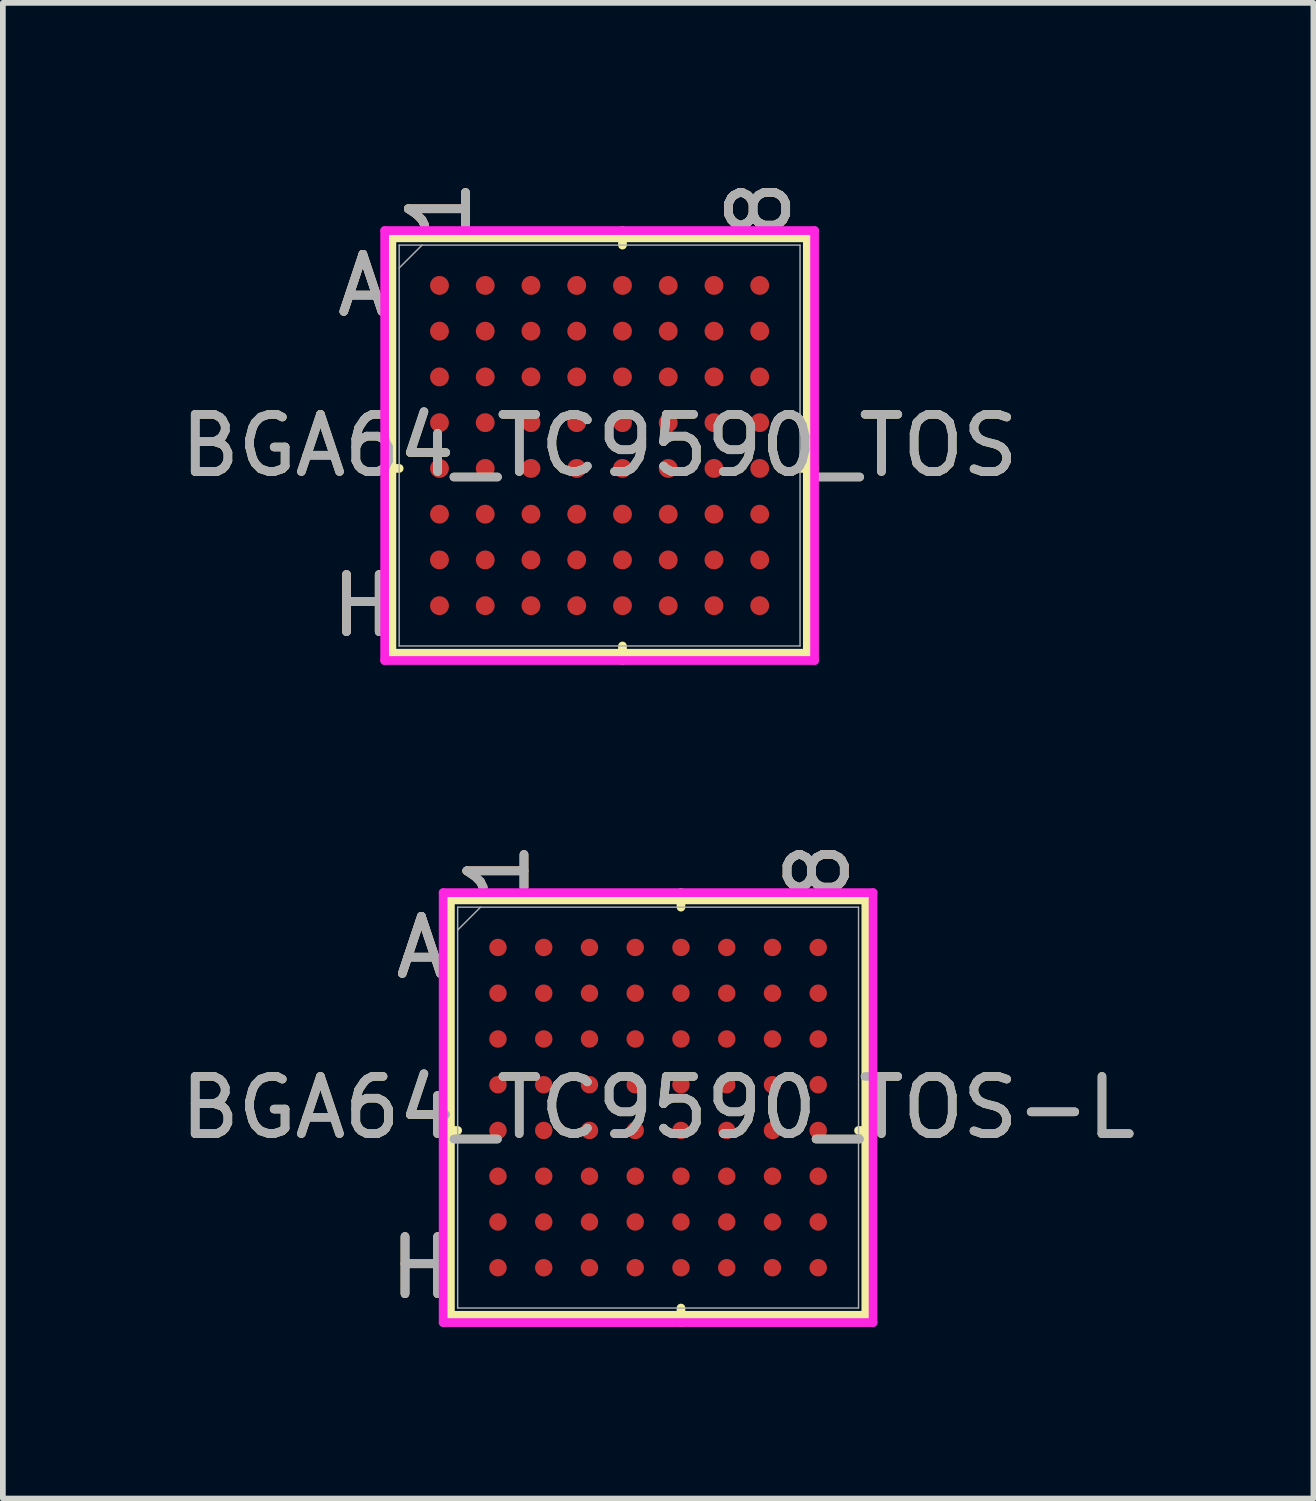
<source format=kicad_pcb>
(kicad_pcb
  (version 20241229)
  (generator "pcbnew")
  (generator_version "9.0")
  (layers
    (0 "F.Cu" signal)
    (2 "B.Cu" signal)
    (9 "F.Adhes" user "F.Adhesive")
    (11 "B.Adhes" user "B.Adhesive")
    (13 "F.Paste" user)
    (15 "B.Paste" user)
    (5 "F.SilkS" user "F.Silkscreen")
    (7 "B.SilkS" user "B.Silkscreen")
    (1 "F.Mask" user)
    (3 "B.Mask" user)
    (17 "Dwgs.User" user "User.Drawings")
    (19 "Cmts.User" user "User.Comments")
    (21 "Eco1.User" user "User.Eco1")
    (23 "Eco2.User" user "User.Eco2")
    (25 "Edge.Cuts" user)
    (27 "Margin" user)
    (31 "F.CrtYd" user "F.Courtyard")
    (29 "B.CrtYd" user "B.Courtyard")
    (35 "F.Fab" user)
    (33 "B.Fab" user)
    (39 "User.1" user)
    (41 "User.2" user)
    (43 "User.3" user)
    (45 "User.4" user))
  (footprint "BGA64_TC9590_TOS-L"
    (layer "F.Cu")
    (at 8.458 16.318)
    (property "Reference" "BGA64_TC9590_TOS-L" (at 0 0 0) (unlocked yes) (layer "F.SilkS") (effects (font (size 1 1) (thickness 0.15))))
    (attr smd)
    (fp_line (start -3.632 -3.632) (end -3.632 3.632) (stroke (width 0.152) (type solid)) (layer "F.SilkS"))
    (fp_line (start -3.632 3.632) (end 3.632 3.632) (stroke (width 0.152) (type solid)) (layer "F.SilkS"))
    (fp_line (start -3.505 0.4) (end -3.759 0.4) (stroke (width 0.152) (type solid)) (layer "F.SilkS"))
    (fp_line (start 0.4 -3.505) (end 0.4 -3.759) (stroke (width 0.152) (type solid)) (layer "F.SilkS"))
    (fp_line (start 0.4 3.505) (end 0.4 3.759) (stroke (width 0.152) (type solid)) (layer "F.SilkS"))
    (fp_line (start 3.505 0.4) (end 3.759 0.4) (stroke (width 0.152) (type solid)) (layer "F.SilkS"))
    (fp_line (start 3.632 -3.632) (end -3.632 -3.632) (stroke (width 0.152) (type solid)) (layer "F.SilkS"))
    (fp_line (start 3.632 3.632) (end 3.632 -3.632) (stroke (width 0.152) (type solid)) (layer "F.SilkS"))
    (fp_poly (pts (xy -3.645 -3.645) (xy 3.645 -3.645) (xy 3.645 3.645) (xy -3.645 3.645)) (stroke (width 0.1) (type solid)) (fill no) (layer "Eco2.User"))
    (fp_line (start -3.759 -3.759) (end 3.759 -3.759) (stroke (width 0.152) (type solid)) (layer "F.CrtYd"))
    (fp_line (start -3.759 3.759) (end -3.759 -3.759) (stroke (width 0.152) (type solid)) (layer "F.CrtYd"))
    (fp_line (start 3.759 -3.759) (end 3.759 3.759) (stroke (width 0.152) (type solid)) (layer "F.CrtYd"))
    (fp_line (start 3.759 3.759) (end -3.759 3.759) (stroke (width 0.152) (type solid)) (layer "F.CrtYd"))
    (fp_line (start -3.505 -3.505) (end -3.505 3.505) (stroke (width 0.025) (type solid)) (layer "F.Fab"))
    (fp_line (start -3.505 3.505) (end 3.505 3.505) (stroke (width 0.025) (type solid)) (layer "F.Fab"))
    (fp_line (start -3.105 -3.505) (end -3.505 -3.105) (stroke (width 0.025) (type solid)) (layer "F.Fab"))
    (fp_line (start 3.505 -3.505) (end -3.505 -3.505) (stroke (width 0.025) (type solid)) (layer "F.Fab"))
    (fp_line (start 3.505 3.505) (end 3.505 -3.505) (stroke (width 0.025) (type solid)) (layer "F.Fab"))
    (fp_text user "H" (at -4.14 2.8 0) (unlocked yes) (layer "F.SilkS") (effects (font (size 1 1) (thickness 0.15))))
    (fp_text user "1" (at -2.8 -4.14 90) (unlocked yes) (layer "F.SilkS") (effects (font (size 1 1) (thickness 0.15))))
    (fp_text user "8" (at 2.8 -4.14 90) (unlocked yes) (layer "F.SilkS") (effects (font (size 1 1) (thickness 0.15))))
    (fp_text user "A" (at -4.14 -2.8 0) (unlocked yes) (layer "F.SilkS") (effects (font (size 1 1) (thickness 0.15))))
    (fp_text user "H" (at -4.14 2.8 0) (unlocked yes) (layer "B.SilkS") (effects (font (size 1 1) (thickness 0.15))))
    (fp_text user "8" (at 2.8 -4.14 90) (unlocked yes) (layer "B.SilkS") (effects (font (size 1 1) (thickness 0.15))))
    (fp_text user "1" (at -2.8 -4.14 90) (unlocked yes) (layer "B.SilkS") (effects (font (size 1 1) (thickness 0.15))))
    (fp_text user "A" (at -4.14 -2.8 0) (unlocked yes) (layer "B.SilkS") (effects (font (size 1 1) (thickness 0.15))))
    (fp_text user "H" (at -4.14 2.8 0) (unlocked yes) (layer "F.Fab") (effects (font (size 1 1) (thickness 0.15))))
    (fp_text user "1" (at -2.8 -4.14 90) (unlocked yes) (layer "F.Fab") (effects (font (size 1 1) (thickness 0.15))))
    (fp_text user "${REFERENCE}" (at 0 0 0) (unlocked yes) (layer "F.Fab") (effects (font (size 1 1) (thickness 0.15))))
    (fp_text user "A" (at -4.14 -2.8 0) (unlocked yes) (layer "F.Fab") (effects (font (size 1 1) (thickness 0.15))))
    (fp_text user "8" (at 2.8 -4.14 90) (unlocked yes) (layer "F.Fab") (effects (font (size 1 1) (thickness 0.15))))
    (pad "A1" smd circle (at -2.8 -2.8) (size 0.305 0.305) (layers "F.Cu" "F.Mask" "F.Paste"))
    (pad "A2" smd circle (at -2 -2.8) (size 0.305 0.305) (layers "F.Cu" "F.Mask" "F.Paste"))
    (pad "A3" smd circle (at -1.2 -2.8) (size 0.305 0.305) (layers "F.Cu" "F.Mask" "F.Paste"))
    (pad "A4" smd circle (at -0.4 -2.8) (size 0.305 0.305) (layers "F.Cu" "F.Mask" "F.Paste"))
    (pad "A5" smd circle (at 0.4 -2.8) (size 0.305 0.305) (layers "F.Cu" "F.Mask" "F.Paste"))
    (pad "A6" smd circle (at 1.2 -2.8) (size 0.305 0.305) (layers "F.Cu" "F.Mask" "F.Paste"))
    (pad "A7" smd circle (at 2 -2.8) (size 0.305 0.305) (layers "F.Cu" "F.Mask" "F.Paste"))
    (pad "A8" smd circle (at 2.8 -2.8) (size 0.305 0.305) (layers "F.Cu" "F.Mask" "F.Paste"))
    (pad "B1" smd circle (at -2.8 -2) (size 0.305 0.305) (layers "F.Cu" "F.Mask" "F.Paste"))
    (pad "B2" smd circle (at -2 -2) (size 0.305 0.305) (layers "F.Cu" "F.Mask" "F.Paste"))
    (pad "B3" smd circle (at -1.2 -2) (size 0.305 0.305) (layers "F.Cu" "F.Mask" "F.Paste"))
    (pad "B4" smd circle (at -0.4 -2) (size 0.305 0.305) (layers "F.Cu" "F.Mask" "F.Paste"))
    (pad "B5" smd circle (at 0.4 -2) (size 0.305 0.305) (layers "F.Cu" "F.Mask" "F.Paste"))
    (pad "B6" smd circle (at 1.2 -2) (size 0.305 0.305) (layers "F.Cu" "F.Mask" "F.Paste"))
    (pad "B7" smd circle (at 2 -2) (size 0.305 0.305) (layers "F.Cu" "F.Mask" "F.Paste"))
    (pad "B8" smd circle (at 2.8 -2) (size 0.305 0.305) (layers "F.Cu" "F.Mask" "F.Paste"))
    (pad "C1" smd circle (at -2.8 -1.2) (size 0.305 0.305) (layers "F.Cu" "F.Mask" "F.Paste"))
    (pad "C2" smd circle (at -2 -1.2) (size 0.305 0.305) (layers "F.Cu" "F.Mask" "F.Paste"))
    (pad "C3" smd circle (at -1.2 -1.2) (size 0.305 0.305) (layers "F.Cu" "F.Mask" "F.Paste"))
    (pad "C4" smd circle (at -0.4 -1.2) (size 0.305 0.305) (layers "F.Cu" "F.Mask" "F.Paste"))
    (pad "C5" smd circle (at 0.4 -1.2) (size 0.305 0.305) (layers "F.Cu" "F.Mask" "F.Paste"))
    (pad "C6" smd circle (at 1.2 -1.2) (size 0.305 0.305) (layers "F.Cu" "F.Mask" "F.Paste"))
    (pad "C7" smd circle (at 2 -1.2) (size 0.305 0.305) (layers "F.Cu" "F.Mask" "F.Paste"))
    (pad "C8" smd circle (at 2.8 -1.2) (size 0.305 0.305) (layers "F.Cu" "F.Mask" "F.Paste"))
    (pad "D1" smd circle (at -2.8 -0.4) (size 0.305 0.305) (layers "F.Cu" "F.Mask" "F.Paste"))
    (pad "D2" smd circle (at -2 -0.4) (size 0.305 0.305) (layers "F.Cu" "F.Mask" "F.Paste"))
    (pad "D3" smd circle (at -1.2 -0.4) (size 0.305 0.305) (layers "F.Cu" "F.Mask" "F.Paste"))
    (pad "D4" smd circle (at -0.4 -0.4) (size 0.305 0.305) (layers "F.Cu" "F.Mask" "F.Paste"))
    (pad "D5" smd circle (at 0.4 -0.4) (size 0.305 0.305) (layers "F.Cu" "F.Mask" "F.Paste"))
    (pad "D6" smd circle (at 1.2 -0.4) (size 0.305 0.305) (layers "F.Cu" "F.Mask" "F.Paste"))
    (pad "D7" smd circle (at 2 -0.4) (size 0.305 0.305) (layers "F.Cu" "F.Mask" "F.Paste"))
    (pad "D8" smd circle (at 2.8 -0.4) (size 0.305 0.305) (layers "F.Cu" "F.Mask" "F.Paste"))
    (pad "E1" smd circle (at -2.8 0.4) (size 0.305 0.305) (layers "F.Cu" "F.Mask" "F.Paste"))
    (pad "E2" smd circle (at -2 0.4) (size 0.305 0.305) (layers "F.Cu" "F.Mask" "F.Paste"))
    (pad "E3" smd circle (at -1.2 0.4) (size 0.305 0.305) (layers "F.Cu" "F.Mask" "F.Paste"))
    (pad "E4" smd circle (at -0.4 0.4) (size 0.305 0.305) (layers "F.Cu" "F.Mask" "F.Paste"))
    (pad "E5" smd circle (at 0.4 0.4) (size 0.305 0.305) (layers "F.Cu" "F.Mask" "F.Paste"))
    (pad "E6" smd circle (at 1.2 0.4) (size 0.305 0.305) (layers "F.Cu" "F.Mask" "F.Paste"))
    (pad "E7" smd circle (at 2 0.4) (size 0.305 0.305) (layers "F.Cu" "F.Mask" "F.Paste"))
    (pad "E8" smd circle (at 2.8 0.4) (size 0.305 0.305) (layers "F.Cu" "F.Mask" "F.Paste"))
    (pad "F1" smd circle (at -2.8 1.2) (size 0.305 0.305) (layers "F.Cu" "F.Mask" "F.Paste"))
    (pad "F2" smd circle (at -2 1.2) (size 0.305 0.305) (layers "F.Cu" "F.Mask" "F.Paste"))
    (pad "F3" smd circle (at -1.2 1.2) (size 0.305 0.305) (layers "F.Cu" "F.Mask" "F.Paste"))
    (pad "F4" smd circle (at -0.4 1.2) (size 0.305 0.305) (layers "F.Cu" "F.Mask" "F.Paste"))
    (pad "F5" smd circle (at 0.4 1.2) (size 0.305 0.305) (layers "F.Cu" "F.Mask" "F.Paste"))
    (pad "F6" smd circle (at 1.2 1.2) (size 0.305 0.305) (layers "F.Cu" "F.Mask" "F.Paste"))
    (pad "F7" smd circle (at 2 1.2) (size 0.305 0.305) (layers "F.Cu" "F.Mask" "F.Paste"))
    (pad "F8" smd circle (at 2.8 1.2) (size 0.305 0.305) (layers "F.Cu" "F.Mask" "F.Paste"))
    (pad "G1" smd circle (at -2.8 2) (size 0.305 0.305) (layers "F.Cu" "F.Mask" "F.Paste"))
    (pad "G2" smd circle (at -2 2) (size 0.305 0.305) (layers "F.Cu" "F.Mask" "F.Paste"))
    (pad "G3" smd circle (at -1.2 2) (size 0.305 0.305) (layers "F.Cu" "F.Mask" "F.Paste"))
    (pad "G4" smd circle (at -0.4 2) (size 0.305 0.305) (layers "F.Cu" "F.Mask" "F.Paste"))
    (pad "G5" smd circle (at 0.4 2) (size 0.305 0.305) (layers "F.Cu" "F.Mask" "F.Paste"))
    (pad "G6" smd circle (at 1.2 2) (size 0.305 0.305) (layers "F.Cu" "F.Mask" "F.Paste"))
    (pad "G7" smd circle (at 2 2) (size 0.305 0.305) (layers "F.Cu" "F.Mask" "F.Paste"))
    (pad "G8" smd circle (at 2.8 2) (size 0.305 0.305) (layers "F.Cu" "F.Mask" "F.Paste"))
    (pad "H1" smd circle (at -2.8 2.8) (size 0.305 0.305) (layers "F.Cu" "F.Mask" "F.Paste"))
    (pad "H2" smd circle (at -2 2.8) (size 0.305 0.305) (layers "F.Cu" "F.Mask" "F.Paste"))
    (pad "H3" smd circle (at -1.2 2.8) (size 0.305 0.305) (layers "F.Cu" "F.Mask" "F.Paste"))
    (pad "H4" smd circle (at -0.4 2.8) (size 0.305 0.305) (layers "F.Cu" "F.Mask" "F.Paste"))
    (pad "H5" smd circle (at 0.4 2.8) (size 0.305 0.305) (layers "F.Cu" "F.Mask" "F.Paste"))
    (pad "H6" smd circle (at 1.2 2.8) (size 0.305 0.305) (layers "F.Cu" "F.Mask" "F.Paste"))
    (pad "H7" smd circle (at 2 2.8) (size 0.305 0.305) (layers "F.Cu" "F.Mask" "F.Paste"))
    (pad "H8" smd circle (at 2.8 2.8) (size 0.305 0.305) (layers "F.Cu" "F.Mask" "F.Paste")))
  (footprint "BGA64_TC9590_TOS"
    (layer "F.Cu")
    (at 7.435 4.741)
    (property "Reference" "BGA64_TC9590_TOS" (at 0 0 0) (unlocked yes) (layer "F.SilkS") (effects (font (size 1 1) (thickness 0.15))))
    (attr smd)
    (fp_line (start -3.632 -3.632) (end -3.632 3.632) (stroke (width 0.152) (type solid)) (layer "F.SilkS"))
    (fp_line (start -3.632 3.632) (end 3.632 3.632) (stroke (width 0.152) (type solid)) (layer "F.SilkS"))
    (fp_line (start -3.505 0.4) (end -3.759 0.4) (stroke (width 0.152) (type solid)) (layer "F.SilkS"))
    (fp_line (start 0.4 -3.505) (end 0.4 -3.759) (stroke (width 0.152) (type solid)) (layer "F.SilkS"))
    (fp_line (start 0.4 3.505) (end 0.4 3.759) (stroke (width 0.152) (type solid)) (layer "F.SilkS"))
    (fp_line (start 3.505 0.4) (end 3.759 0.4) (stroke (width 0.152) (type solid)) (layer "F.SilkS"))
    (fp_line (start 3.632 -3.632) (end -3.632 -3.632) (stroke (width 0.152) (type solid)) (layer "F.SilkS"))
    (fp_line (start 3.632 3.632) (end 3.632 -3.632) (stroke (width 0.152) (type solid)) (layer "F.SilkS"))
    (fp_poly (pts (xy -3.645 -3.645) (xy 3.645 -3.645) (xy 3.645 3.645) (xy -3.645 3.645)) (stroke (width 0.1) (type solid)) (fill no) (layer "Eco2.User"))
    (fp_line (start -3.759 -3.759) (end 3.759 -3.759) (stroke (width 0.152) (type solid)) (layer "F.CrtYd"))
    (fp_line (start -3.759 3.759) (end -3.759 -3.759) (stroke (width 0.152) (type solid)) (layer "F.CrtYd"))
    (fp_line (start 3.759 -3.759) (end 3.759 3.759) (stroke (width 0.152) (type solid)) (layer "F.CrtYd"))
    (fp_line (start 3.759 3.759) (end -3.759 3.759) (stroke (width 0.152) (type solid)) (layer "F.CrtYd"))
    (fp_line (start -3.505 -3.505) (end -3.505 3.505) (stroke (width 0.025) (type solid)) (layer "F.Fab"))
    (fp_line (start -3.505 3.505) (end 3.505 3.505) (stroke (width 0.025) (type solid)) (layer "F.Fab"))
    (fp_line (start -3.105 -3.505) (end -3.505 -3.105) (stroke (width 0.025) (type solid)) (layer "F.Fab"))
    (fp_line (start 3.505 -3.505) (end -3.505 -3.505) (stroke (width 0.025) (type solid)) (layer "F.Fab"))
    (fp_line (start 3.505 3.505) (end 3.505 -3.505) (stroke (width 0.025) (type solid)) (layer "F.Fab"))
    (fp_text user "A" (at -4.14 -2.8 0) (unlocked yes) (layer "F.SilkS") (effects (font (size 1 1) (thickness 0.15))))
    (fp_text user "1" (at -2.8 -4.14 90) (unlocked yes) (layer "F.SilkS") (effects (font (size 1 1) (thickness 0.15))))
    (fp_text user "8" (at 2.8 -4.14 90) (unlocked yes) (layer "F.SilkS") (effects (font (size 1 1) (thickness 0.15))))
    (fp_text user "H" (at -4.14 2.8 0) (unlocked yes) (layer "F.SilkS") (effects (font (size 1 1) (thickness 0.15))))
    (fp_text user "A" (at -4.14 -2.8 0) (unlocked yes) (layer "B.SilkS") (effects (font (size 1 1) (thickness 0.15))))
    (fp_text user "H" (at -4.14 2.8 0) (unlocked yes) (layer "B.SilkS") (effects (font (size 1 1) (thickness 0.15))))
    (fp_text user "1" (at -2.8 -4.14 90) (unlocked yes) (layer "B.SilkS") (effects (font (size 1 1) (thickness 0.15))))
    (fp_text user "8" (at 2.8 -4.14 90) (unlocked yes) (layer "B.SilkS") (effects (font (size 1 1) (thickness 0.15))))
    (fp_text user "${REFERENCE}" (at 0 0 0) (unlocked yes) (layer "F.Fab") (effects (font (size 1 1) (thickness 0.15))))
    (fp_text user "8" (at 2.8 -4.14 90) (unlocked yes) (layer "F.Fab") (effects (font (size 1 1) (thickness 0.15))))
    (fp_text user "A" (at -4.14 -2.8 0) (unlocked yes) (layer "F.Fab") (effects (font (size 1 1) (thickness 0.15))))
    (fp_text user "H" (at -4.14 2.8 0) (unlocked yes) (layer "F.Fab") (effects (font (size 1 1) (thickness 0.15))))
    (fp_text user "1" (at -2.8 -4.14 90) (unlocked yes) (layer "F.Fab") (effects (font (size 1 1) (thickness 0.15))))
    (pad "A1" smd circle (at -2.8 -2.8) (size 0.33 0.33) (layers "F.Cu" "F.Mask" "F.Paste"))
    (pad "A2" smd circle (at -2 -2.8) (size 0.33 0.33) (layers "F.Cu" "F.Mask" "F.Paste"))
    (pad "A3" smd circle (at -1.2 -2.8) (size 0.33 0.33) (layers "F.Cu" "F.Mask" "F.Paste"))
    (pad "A4" smd circle (at -0.4 -2.8) (size 0.33 0.33) (layers "F.Cu" "F.Mask" "F.Paste"))
    (pad "A5" smd circle (at 0.4 -2.8) (size 0.33 0.33) (layers "F.Cu" "F.Mask" "F.Paste"))
    (pad "A6" smd circle (at 1.2 -2.8) (size 0.33 0.33) (layers "F.Cu" "F.Mask" "F.Paste"))
    (pad "A7" smd circle (at 2 -2.8) (size 0.33 0.33) (layers "F.Cu" "F.Mask" "F.Paste"))
    (pad "A8" smd circle (at 2.8 -2.8) (size 0.33 0.33) (layers "F.Cu" "F.Mask" "F.Paste"))
    (pad "B1" smd circle (at -2.8 -2) (size 0.33 0.33) (layers "F.Cu" "F.Mask" "F.Paste"))
    (pad "B2" smd circle (at -2 -2) (size 0.33 0.33) (layers "F.Cu" "F.Mask" "F.Paste"))
    (pad "B3" smd circle (at -1.2 -2) (size 0.33 0.33) (layers "F.Cu" "F.Mask" "F.Paste"))
    (pad "B4" smd circle (at -0.4 -2) (size 0.33 0.33) (layers "F.Cu" "F.Mask" "F.Paste"))
    (pad "B5" smd circle (at 0.4 -2) (size 0.33 0.33) (layers "F.Cu" "F.Mask" "F.Paste"))
    (pad "B6" smd circle (at 1.2 -2) (size 0.33 0.33) (layers "F.Cu" "F.Mask" "F.Paste"))
    (pad "B7" smd circle (at 2 -2) (size 0.33 0.33) (layers "F.Cu" "F.Mask" "F.Paste"))
    (pad "B8" smd circle (at 2.8 -2) (size 0.33 0.33) (layers "F.Cu" "F.Mask" "F.Paste"))
    (pad "C1" smd circle (at -2.8 -1.2) (size 0.33 0.33) (layers "F.Cu" "F.Mask" "F.Paste"))
    (pad "C2" smd circle (at -2 -1.2) (size 0.33 0.33) (layers "F.Cu" "F.Mask" "F.Paste"))
    (pad "C3" smd circle (at -1.2 -1.2) (size 0.33 0.33) (layers "F.Cu" "F.Mask" "F.Paste"))
    (pad "C4" smd circle (at -0.4 -1.2) (size 0.33 0.33) (layers "F.Cu" "F.Mask" "F.Paste"))
    (pad "C5" smd circle (at 0.4 -1.2) (size 0.33 0.33) (layers "F.Cu" "F.Mask" "F.Paste"))
    (pad "C6" smd circle (at 1.2 -1.2) (size 0.33 0.33) (layers "F.Cu" "F.Mask" "F.Paste"))
    (pad "C7" smd circle (at 2 -1.2) (size 0.33 0.33) (layers "F.Cu" "F.Mask" "F.Paste"))
    (pad "C8" smd circle (at 2.8 -1.2) (size 0.33 0.33) (layers "F.Cu" "F.Mask" "F.Paste"))
    (pad "D1" smd circle (at -2.8 -0.4) (size 0.33 0.33) (layers "F.Cu" "F.Mask" "F.Paste"))
    (pad "D2" smd circle (at -2 -0.4) (size 0.33 0.33) (layers "F.Cu" "F.Mask" "F.Paste"))
    (pad "D3" smd circle (at -1.2 -0.4) (size 0.33 0.33) (layers "F.Cu" "F.Mask" "F.Paste"))
    (pad "D4" smd circle (at -0.4 -0.4) (size 0.33 0.33) (layers "F.Cu" "F.Mask" "F.Paste"))
    (pad "D5" smd circle (at 0.4 -0.4) (size 0.33 0.33) (layers "F.Cu" "F.Mask" "F.Paste"))
    (pad "D6" smd circle (at 1.2 -0.4) (size 0.33 0.33) (layers "F.Cu" "F.Mask" "F.Paste"))
    (pad "D7" smd circle (at 2 -0.4) (size 0.33 0.33) (layers "F.Cu" "F.Mask" "F.Paste"))
    (pad "D8" smd circle (at 2.8 -0.4) (size 0.33 0.33) (layers "F.Cu" "F.Mask" "F.Paste"))
    (pad "E1" smd circle (at -2.8 0.4) (size 0.33 0.33) (layers "F.Cu" "F.Mask" "F.Paste"))
    (pad "E2" smd circle (at -2 0.4) (size 0.33 0.33) (layers "F.Cu" "F.Mask" "F.Paste"))
    (pad "E3" smd circle (at -1.2 0.4) (size 0.33 0.33) (layers "F.Cu" "F.Mask" "F.Paste"))
    (pad "E4" smd circle (at -0.4 0.4) (size 0.33 0.33) (layers "F.Cu" "F.Mask" "F.Paste"))
    (pad "E5" smd circle (at 0.4 0.4) (size 0.33 0.33) (layers "F.Cu" "F.Mask" "F.Paste"))
    (pad "E6" smd circle (at 1.2 0.4) (size 0.33 0.33) (layers "F.Cu" "F.Mask" "F.Paste"))
    (pad "E7" smd circle (at 2 0.4) (size 0.33 0.33) (layers "F.Cu" "F.Mask" "F.Paste"))
    (pad "E8" smd circle (at 2.8 0.4) (size 0.33 0.33) (layers "F.Cu" "F.Mask" "F.Paste"))
    (pad "F1" smd circle (at -2.8 1.2) (size 0.33 0.33) (layers "F.Cu" "F.Mask" "F.Paste"))
    (pad "F2" smd circle (at -2 1.2) (size 0.33 0.33) (layers "F.Cu" "F.Mask" "F.Paste"))
    (pad "F3" smd circle (at -1.2 1.2) (size 0.33 0.33) (layers "F.Cu" "F.Mask" "F.Paste"))
    (pad "F4" smd circle (at -0.4 1.2) (size 0.33 0.33) (layers "F.Cu" "F.Mask" "F.Paste"))
    (pad "F5" smd circle (at 0.4 1.2) (size 0.33 0.33) (layers "F.Cu" "F.Mask" "F.Paste"))
    (pad "F6" smd circle (at 1.2 1.2) (size 0.33 0.33) (layers "F.Cu" "F.Mask" "F.Paste"))
    (pad "F7" smd circle (at 2 1.2) (size 0.33 0.33) (layers "F.Cu" "F.Mask" "F.Paste"))
    (pad "F8" smd circle (at 2.8 1.2) (size 0.33 0.33) (layers "F.Cu" "F.Mask" "F.Paste"))
    (pad "G1" smd circle (at -2.8 2) (size 0.33 0.33) (layers "F.Cu" "F.Mask" "F.Paste"))
    (pad "G2" smd circle (at -2 2) (size 0.33 0.33) (layers "F.Cu" "F.Mask" "F.Paste"))
    (pad "G3" smd circle (at -1.2 2) (size 0.33 0.33) (layers "F.Cu" "F.Mask" "F.Paste"))
    (pad "G4" smd circle (at -0.4 2) (size 0.33 0.33) (layers "F.Cu" "F.Mask" "F.Paste"))
    (pad "G5" smd circle (at 0.4 2) (size 0.33 0.33) (layers "F.Cu" "F.Mask" "F.Paste"))
    (pad "G6" smd circle (at 1.2 2) (size 0.33 0.33) (layers "F.Cu" "F.Mask" "F.Paste"))
    (pad "G7" smd circle (at 2 2) (size 0.33 0.33) (layers "F.Cu" "F.Mask" "F.Paste"))
    (pad "G8" smd circle (at 2.8 2) (size 0.33 0.33) (layers "F.Cu" "F.Mask" "F.Paste"))
    (pad "H1" smd circle (at -2.8 2.8) (size 0.33 0.33) (layers "F.Cu" "F.Mask" "F.Paste"))
    (pad "H2" smd circle (at -2 2.8) (size 0.33 0.33) (layers "F.Cu" "F.Mask" "F.Paste"))
    (pad "H3" smd circle (at -1.2 2.8) (size 0.33 0.33) (layers "F.Cu" "F.Mask" "F.Paste"))
    (pad "H4" smd circle (at -0.4 2.8) (size 0.33 0.33) (layers "F.Cu" "F.Mask" "F.Paste"))
    (pad "H5" smd circle (at 0.4 2.8) (size 0.33 0.33) (layers "F.Cu" "F.Mask" "F.Paste"))
    (pad "H6" smd circle (at 1.2 2.8) (size 0.33 0.33) (layers "F.Cu" "F.Mask" "F.Paste"))
    (pad "H7" smd circle (at 2 2.8) (size 0.33 0.33) (layers "F.Cu" "F.Mask" "F.Paste"))
    (pad "H8" smd circle (at 2.8 2.8) (size 0.33 0.33) (layers "F.Cu" "F.Mask" "F.Paste")))
  (gr_rect
    (start -3 -3)
    (end 19.917 23.154)
    (stroke (width 0.1) (type default))
    (fill no)
    (layer "Edge.Cuts")))
</source>
